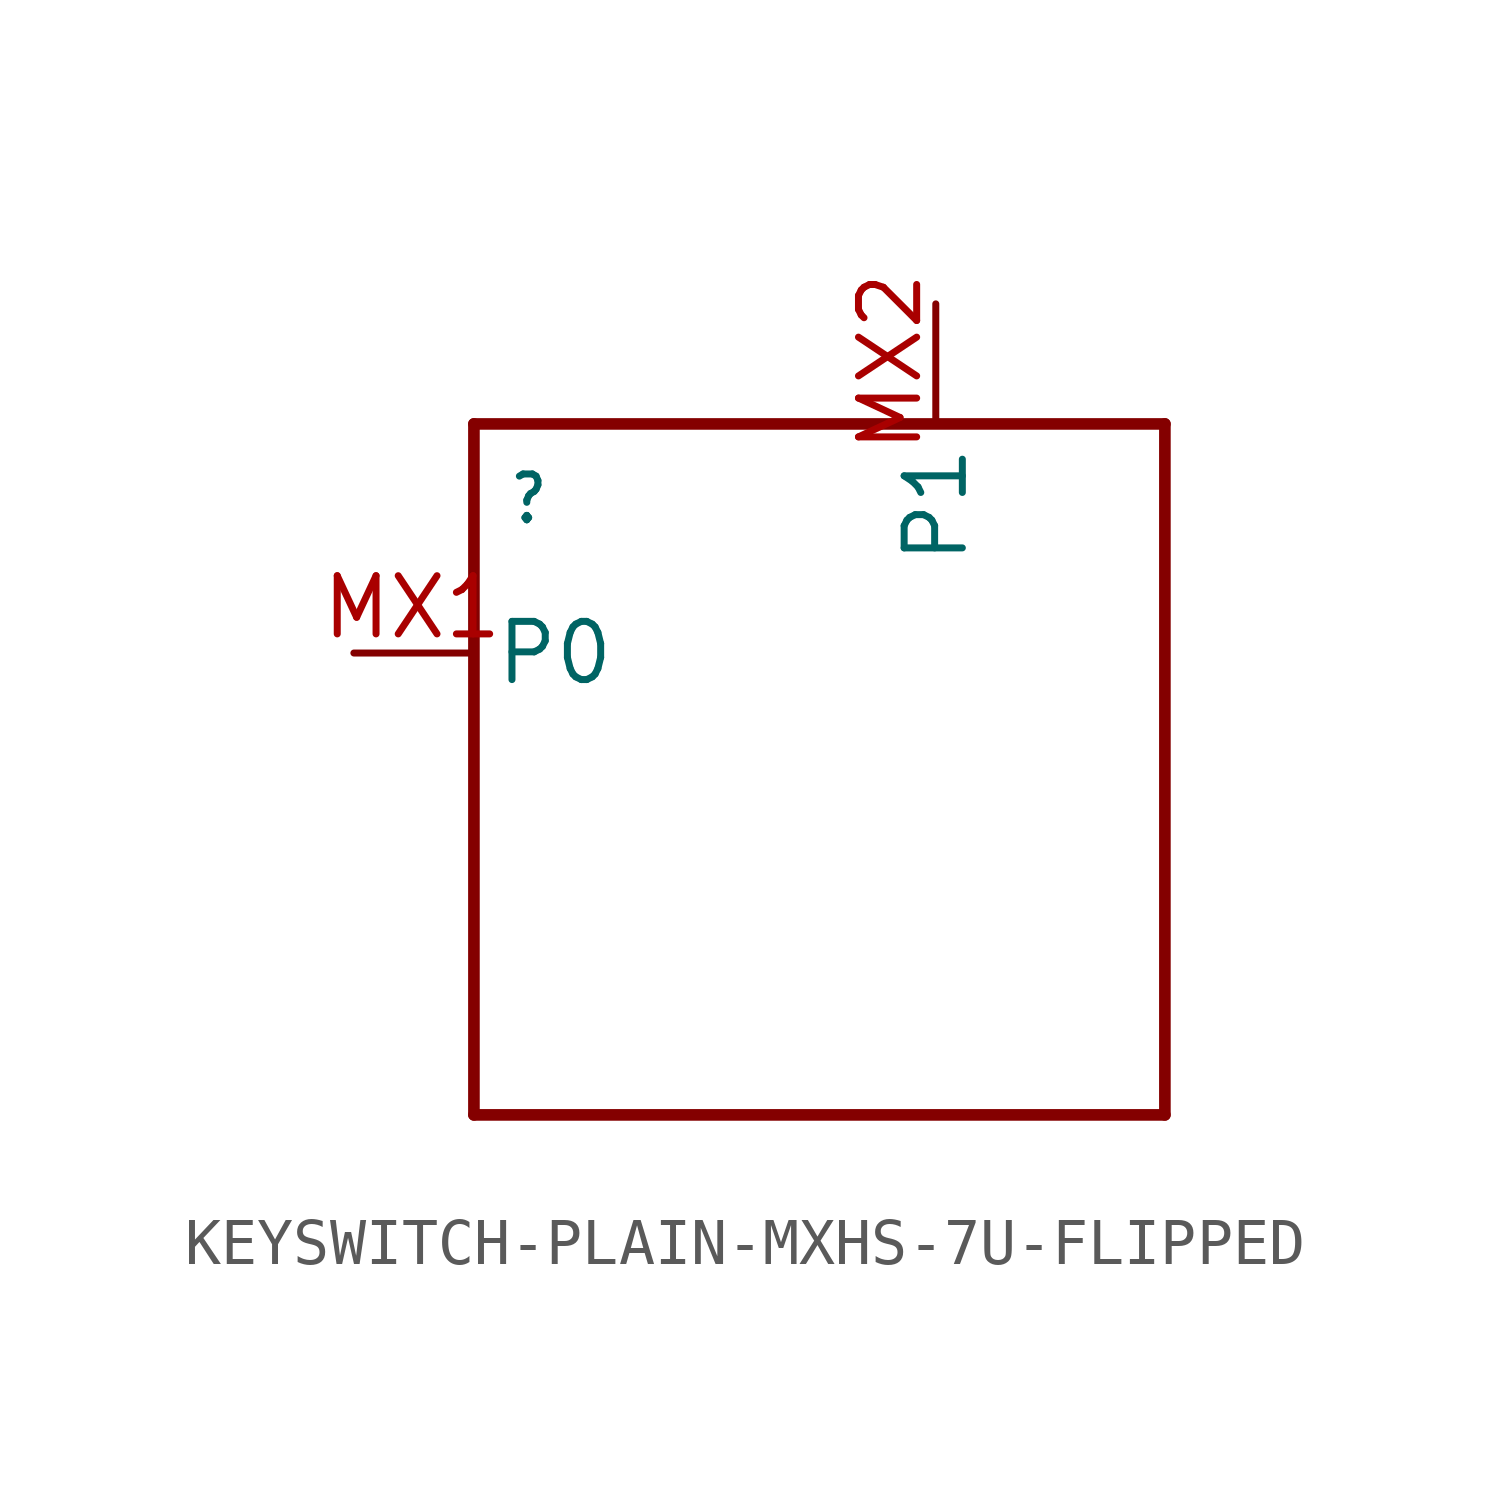
<source format=kicad_sym>
(kicad_symbol_lib
  (version 20211014)
  (generator kicad_symbol_editor)
  (symbol "KEYSWITCH-PLAIN-MXHS-7U-FLIPPED"
    (property "Reference" ""
      (at -6.81 5.318 0)
      (effects (font (size 1 0.85)) (justify left bottom)))
    (property "ki_locked" ""
      (at 0 0 0)
      (effects (font (size 1.27 1.27))))
    (symbol "KEYSWITCH-PLAIN-MXHS-7U-FLIPPED_1_0"
      (polyline (pts (xy -7.54 -7.54) (xy -7.54 7.54)) (stroke (width 0.254) (type default) (color 0 0 0 0)) (fill (type none)))
      (polyline (pts (xy -7.54 7.54) (xy 7.54 7.54)) (stroke (width 0.254) (type default) (color 0 0 0 0)) (fill (type none)))
      (polyline (pts (xy 7.54 -7.54) (xy -7.54 -7.54)) (stroke (width 0.254) (type default) (color 0 0 0 0)) (fill (type none)))
      (polyline (pts (xy 7.54 7.54) (xy 7.54 -7.54)) (stroke (width 0.254) (type default) (color 0 0 0 0)) (fill (type none)))
      (pin bidirectional line (at -10.16 2.54 0) (length 2.54) (name "P0" (effects (font (size 1.27 1.27)))) (number "MX1" (effects (font (size 1.27 1.27)))))
      (pin bidirectional line (at 2.54 10.16 270) (length 2.54) (name "P1" (effects (font (size 1.27 1.27)))) (number "MX2" (effects (font (size 1.27 1.27))))))))
</source>
